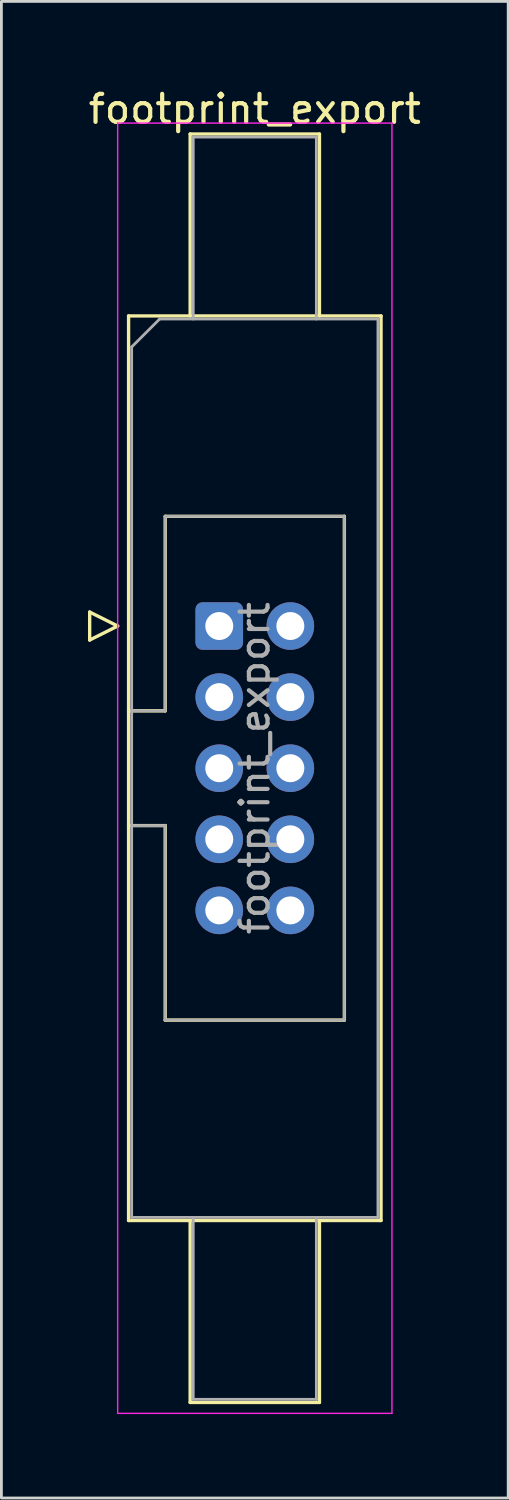
<source format=kicad_pcb>
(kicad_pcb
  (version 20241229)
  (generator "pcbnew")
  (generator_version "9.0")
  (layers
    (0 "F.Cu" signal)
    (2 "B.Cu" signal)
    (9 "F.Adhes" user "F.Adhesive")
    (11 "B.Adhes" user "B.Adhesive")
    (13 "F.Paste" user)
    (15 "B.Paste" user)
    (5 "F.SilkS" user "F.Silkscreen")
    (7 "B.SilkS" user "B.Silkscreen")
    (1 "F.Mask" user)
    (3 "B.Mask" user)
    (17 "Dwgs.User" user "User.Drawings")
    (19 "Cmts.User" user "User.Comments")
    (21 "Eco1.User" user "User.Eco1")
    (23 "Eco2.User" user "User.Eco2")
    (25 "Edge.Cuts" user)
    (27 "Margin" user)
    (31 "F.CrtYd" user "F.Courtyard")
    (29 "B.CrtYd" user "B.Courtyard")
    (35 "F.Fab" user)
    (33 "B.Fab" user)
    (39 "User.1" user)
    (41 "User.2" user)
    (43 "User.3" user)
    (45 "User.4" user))
  (footprint "footprint_export"
    (layer "F.Cu")
    (at 4.784 19.318)
    (property "Reference" "footprint_export" (at 1.27 -18.47 0) (layer "F.SilkS") (effects (font (size 1 1) (thickness 0.15))))
    (attr through_hole)
    (fp_line (start -4.63 -0.5) (end -4.63 0.5) (stroke (width 0.12) (type solid)) (layer "F.SilkS"))
    (fp_line (start -4.63 0.5) (end -3.63 0) (stroke (width 0.12) (type solid)) (layer "F.SilkS"))
    (fp_line (start -3.63 0) (end -4.63 -0.5) (stroke (width 0.12) (type solid)) (layer "F.SilkS"))
    (fp_line (start -3.24 -11.08) (end 5.78 -11.08) (stroke (width 0.12) (type solid)) (layer "F.SilkS"))
    (fp_line (start -3.24 3.03) (end -1.93 3.03) (stroke (width 0.12) (type solid)) (layer "F.SilkS"))
    (fp_line (start -3.24 21.24) (end -3.24 -11.08) (stroke (width 0.12) (type solid)) (layer "F.SilkS"))
    (fp_line (start -1.93 -3.92) (end 4.47 -3.92) (stroke (width 0.12) (type solid)) (layer "F.SilkS"))
    (fp_line (start -1.93 3.03) (end -1.93 -3.92) (stroke (width 0.12) (type solid)) (layer "F.SilkS"))
    (fp_line (start -1.93 7.13) (end -3.24 7.13) (stroke (width 0.12) (type solid)) (layer "F.SilkS"))
    (fp_line (start -1.93 7.13) (end -1.93 7.13) (stroke (width 0.12) (type solid)) (layer "F.SilkS"))
    (fp_line (start -1.93 14.08) (end -1.93 7.13) (stroke (width 0.12) (type solid)) (layer "F.SilkS"))
    (fp_line (start -1.04 -17.58) (end 3.58 -17.58) (stroke (width 0.12) (type solid)) (layer "F.SilkS"))
    (fp_line (start -1.04 -11.08) (end -1.04 -17.58) (stroke (width 0.12) (type solid)) (layer "F.SilkS"))
    (fp_line (start -1.04 21.24) (end -1.04 27.74) (stroke (width 0.12) (type solid)) (layer "F.SilkS"))
    (fp_line (start -1.04 27.74) (end 3.58 27.74) (stroke (width 0.12) (type solid)) (layer "F.SilkS"))
    (fp_line (start 3.58 -17.58) (end 3.58 -11.08) (stroke (width 0.12) (type solid)) (layer "F.SilkS"))
    (fp_line (start 3.58 27.74) (end 3.58 21.24) (stroke (width 0.12) (type solid)) (layer "F.SilkS"))
    (fp_line (start 4.47 -3.92) (end 4.47 14.08) (stroke (width 0.12) (type solid)) (layer "F.SilkS"))
    (fp_line (start 4.47 14.08) (end -1.93 14.08) (stroke (width 0.12) (type solid)) (layer "F.SilkS"))
    (fp_line (start 5.78 -11.08) (end 5.78 21.24) (stroke (width 0.12) (type solid)) (layer "F.SilkS"))
    (fp_line (start 5.78 21.24) (end -3.24 21.24) (stroke (width 0.12) (type solid)) (layer "F.SilkS"))
    (fp_line (start -3.63 -17.97) (end -3.63 28.13) (stroke (width 0.05) (type solid)) (layer "F.CrtYd"))
    (fp_line (start -3.63 28.13) (end 6.17 28.13) (stroke (width 0.05) (type solid)) (layer "F.CrtYd"))
    (fp_line (start 6.17 -17.97) (end -3.63 -17.97) (stroke (width 0.05) (type solid)) (layer "F.CrtYd"))
    (fp_line (start 6.17 28.13) (end 6.17 -17.97) (stroke (width 0.05) (type solid)) (layer "F.CrtYd"))
    (fp_line (start -3.13 -9.97) (end -2.13 -10.97) (stroke (width 0.1) (type solid)) (layer "F.Fab"))
    (fp_line (start -3.13 3.03) (end -1.93 3.03) (stroke (width 0.1) (type solid)) (layer "F.Fab"))
    (fp_line (start -3.13 21.13) (end -3.13 -9.97) (stroke (width 0.1) (type solid)) (layer "F.Fab"))
    (fp_line (start -2.13 -10.97) (end 5.67 -10.97) (stroke (width 0.1) (type solid)) (layer "F.Fab"))
    (fp_line (start -1.93 -3.92) (end 4.47 -3.92) (stroke (width 0.1) (type solid)) (layer "F.Fab"))
    (fp_line (start -1.93 3.03) (end -1.93 -3.92) (stroke (width 0.1) (type solid)) (layer "F.Fab"))
    (fp_line (start -1.93 7.13) (end -3.13 7.13) (stroke (width 0.1) (type solid)) (layer "F.Fab"))
    (fp_line (start -1.93 7.13) (end -1.93 7.13) (stroke (width 0.1) (type solid)) (layer "F.Fab"))
    (fp_line (start -1.93 14.08) (end -1.93 7.13) (stroke (width 0.1) (type solid)) (layer "F.Fab"))
    (fp_line (start -0.93 -17.47) (end 3.47 -17.47) (stroke (width 0.1) (type solid)) (layer "F.Fab"))
    (fp_line (start -0.93 -10.97) (end -0.93 -17.47) (stroke (width 0.1) (type solid)) (layer "F.Fab"))
    (fp_line (start -0.93 21.13) (end -0.93 27.63) (stroke (width 0.1) (type solid)) (layer "F.Fab"))
    (fp_line (start -0.93 27.63) (end 3.47 27.63) (stroke (width 0.1) (type solid)) (layer "F.Fab"))
    (fp_line (start 3.47 -17.47) (end 3.47 -10.97) (stroke (width 0.1) (type solid)) (layer "F.Fab"))
    (fp_line (start 3.47 27.63) (end 3.47 21.13) (stroke (width 0.1) (type solid)) (layer "F.Fab"))
    (fp_line (start 4.47 -3.92) (end 4.47 14.08) (stroke (width 0.1) (type solid)) (layer "F.Fab"))
    (fp_line (start 4.47 14.08) (end -1.93 14.08) (stroke (width 0.1) (type solid)) (layer "F.Fab"))
    (fp_line (start 5.67 -10.97) (end 5.67 21.13) (stroke (width 0.1) (type solid)) (layer "F.Fab"))
    (fp_line (start 5.67 21.13) (end -3.13 21.13) (stroke (width 0.1) (type solid)) (layer "F.Fab"))
    (fp_text user "${REFERENCE}" (at 1.27 5.08 90) (layer "F.Fab") (effects (font (size 1 1) (thickness 0.15))))
    (pad "1" thru_hole roundrect (at 0 0) (size 1.7 1.7) (drill 1) (layers "*.Cu" "*.Mask") (roundrect_rratio 0.147))
    (pad "2" thru_hole circle (at 2.54 0) (size 1.7 1.7) (drill 1) (layers "*.Cu" "*.Mask"))
    (pad "3" thru_hole circle (at 0 2.54) (size 1.7 1.7) (drill 1) (layers "*.Cu" "*.Mask"))
    (pad "4" thru_hole circle (at 2.54 2.54) (size 1.7 1.7) (drill 1) (layers "*.Cu" "*.Mask"))
    (pad "5" thru_hole circle (at 0 5.08) (size 1.7 1.7) (drill 1) (layers "*.Cu" "*.Mask"))
    (pad "6" thru_hole circle (at 2.54 5.08) (size 1.7 1.7) (drill 1) (layers "*.Cu" "*.Mask"))
    (pad "7" thru_hole circle (at 0 7.62) (size 1.7 1.7) (drill 1) (layers "*.Cu" "*.Mask"))
    (pad "8" thru_hole circle (at 2.54 7.62) (size 1.7 1.7) (drill 1) (layers "*.Cu" "*.Mask"))
    (pad "9" thru_hole circle (at 0 10.16) (size 1.7 1.7) (drill 1) (layers "*.Cu" "*.Mask"))
    (pad "10" thru_hole circle (at 2.54 10.16) (size 1.7 1.7) (drill 1) (layers "*.Cu" "*.Mask")))
  (gr_rect
    (start -3 -3)
    (end 15.107 50.473)
    (stroke (width 0.1) (type default))
    (fill no)
    (layer "Edge.Cuts")))
</source>
